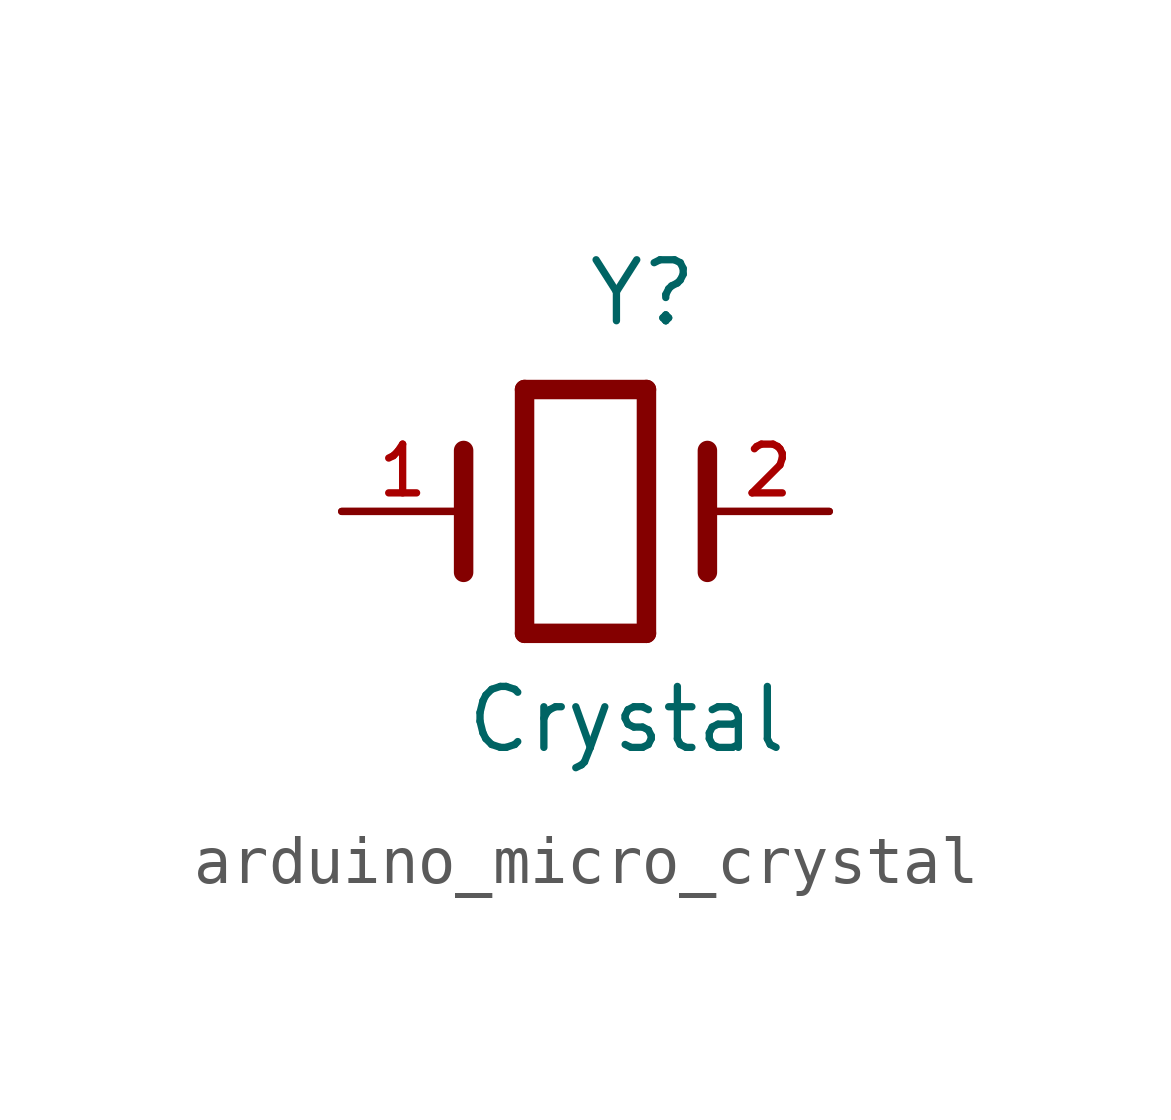
<source format=kicad_sym>
(kicad_symbol_lib
  (version 20220914)
  (generator kicad_symbol_editor)
  (symbol "arduino_micro_crystal"
    (pin_names
      (offset 1.016))
    (property "Reference" "Y"
      (at 0 3.81 0)
      (effects (font (size 1.27 1.27)) (justify left bottom)))
    (property "Value" "Crystal"
      (at -2.54 -5.08 0)
      (effects (font (size 1.27 1.27)) (justify left bottom)))
    (symbol "arduino_micro_crystal_0_0"
      (polyline (pts (xy -5.08 0) (xy -2.54 0)) (stroke (width 0.152) (type default)) (fill (type none)))
      (polyline (pts (xy -2.54 1.27) (xy -2.54 -1.27)) (stroke (width 0.406) (type default)) (fill (type none)))
      (polyline (pts (xy -1.27 2.54) (xy -1.27 -2.54)) (stroke (width 0.406) (type default)) (fill (type none)))
      (polyline (pts (xy -1.27 2.54) (xy 1.27 2.54)) (stroke (width 0.406) (type default)) (fill (type none)))
      (polyline (pts (xy 1.27 -2.54) (xy -1.27 -2.54)) (stroke (width 0.406) (type default)) (fill (type none)))
      (polyline (pts (xy 1.27 2.54) (xy 1.27 -2.54)) (stroke (width 0.406) (type default)) (fill (type none)))
      (polyline (pts (xy 2.54 0) (xy 5.08 0)) (stroke (width 0.152) (type default)) (fill (type none)))
      (polyline (pts (xy 2.54 1.27) (xy 2.54 -1.27)) (stroke (width 0.406) (type default)) (fill (type none))))
    (symbol "arduino_micro_crystal_1_0"
      (pin passive line (at -5.08 0 0) (length 2.54) (name "~" (effects (font (size 1.016 1.016)))) (number "1" (effects (font (size 1.016 1.016)))))
      (pin passive line (at 5.08 0 180) (length 2.54) (name "~" (effects (font (size 1.016 1.016)))) (number "2" (effects (font (size 1.016 1.016))))))))
</source>
